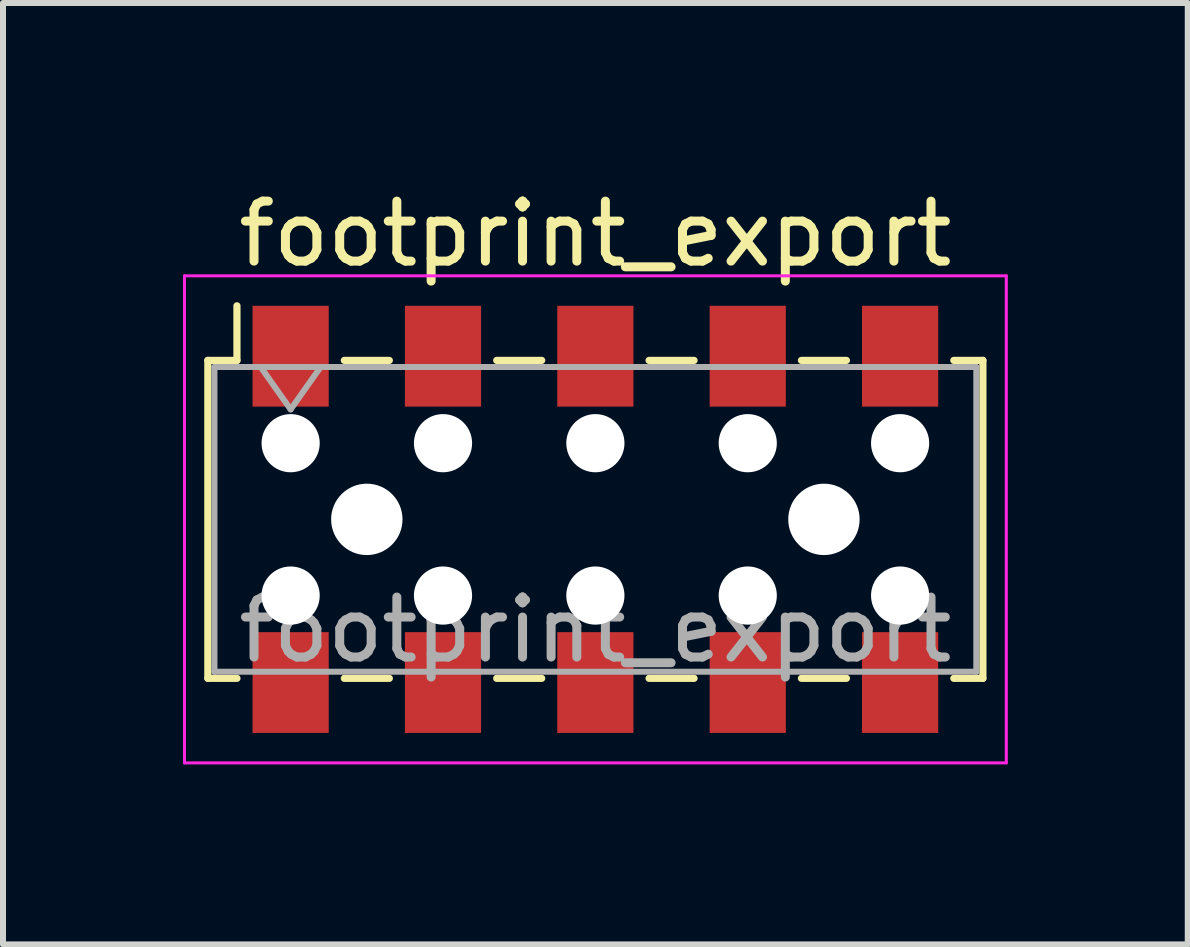
<source format=kicad_pcb>
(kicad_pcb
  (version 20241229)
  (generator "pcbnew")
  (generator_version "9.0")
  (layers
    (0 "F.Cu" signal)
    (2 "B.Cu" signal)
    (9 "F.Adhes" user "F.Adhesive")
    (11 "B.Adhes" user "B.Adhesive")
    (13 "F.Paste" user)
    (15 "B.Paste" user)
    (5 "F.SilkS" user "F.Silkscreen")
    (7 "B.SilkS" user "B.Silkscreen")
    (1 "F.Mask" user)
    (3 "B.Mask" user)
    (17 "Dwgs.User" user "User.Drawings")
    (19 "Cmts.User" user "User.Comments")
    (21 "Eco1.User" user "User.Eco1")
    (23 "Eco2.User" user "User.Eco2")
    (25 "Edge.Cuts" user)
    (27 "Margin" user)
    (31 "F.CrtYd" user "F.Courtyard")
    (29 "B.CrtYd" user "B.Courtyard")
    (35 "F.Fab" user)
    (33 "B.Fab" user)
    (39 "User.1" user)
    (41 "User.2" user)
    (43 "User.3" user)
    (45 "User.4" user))
  (footprint "footprint_export"
    (layer "F.Cu")
    (at 6.875 5.608)
    (property "Reference" "footprint_export" (at 0 -4.76 0) (layer "F.SilkS") (effects (font (size 1 1) (thickness 0.15))))
    (attr smd)
    (fp_line (start -6.46 -2.65) (end -6.46 2.65) (stroke (width 0.12) (type solid)) (layer "F.SilkS"))
    (fp_line (start -6.46 2.65) (end -5.975 2.65) (stroke (width 0.12) (type solid)) (layer "F.SilkS"))
    (fp_line (start -5.975 -3.56) (end -5.975 -2.65) (stroke (width 0.12) (type solid)) (layer "F.SilkS"))
    (fp_line (start -5.975 -2.65) (end -6.46 -2.65) (stroke (width 0.12) (type solid)) (layer "F.SilkS"))
    (fp_line (start -4.185 -2.65) (end -3.435 -2.65) (stroke (width 0.12) (type solid)) (layer "F.SilkS"))
    (fp_line (start -4.185 2.65) (end -3.435 2.65) (stroke (width 0.12) (type solid)) (layer "F.SilkS"))
    (fp_line (start -1.645 -2.65) (end -0.895 -2.65) (stroke (width 0.12) (type solid)) (layer "F.SilkS"))
    (fp_line (start -1.645 2.65) (end -0.895 2.65) (stroke (width 0.12) (type solid)) (layer "F.SilkS"))
    (fp_line (start 0.895 -2.65) (end 1.645 -2.65) (stroke (width 0.12) (type solid)) (layer "F.SilkS"))
    (fp_line (start 0.895 2.65) (end 1.645 2.65) (stroke (width 0.12) (type solid)) (layer "F.SilkS"))
    (fp_line (start 3.435 -2.65) (end 4.185 -2.65) (stroke (width 0.12) (type solid)) (layer "F.SilkS"))
    (fp_line (start 3.435 2.65) (end 4.185 2.65) (stroke (width 0.12) (type solid)) (layer "F.SilkS"))
    (fp_line (start 5.975 -2.65) (end 6.46 -2.65) (stroke (width 0.12) (type solid)) (layer "F.SilkS"))
    (fp_line (start 6.46 -2.65) (end 6.46 2.65) (stroke (width 0.12) (type solid)) (layer "F.SilkS"))
    (fp_line (start 6.46 2.65) (end 5.975 2.65) (stroke (width 0.12) (type solid)) (layer "F.SilkS"))
    (fp_line (start -6.85 -4.06) (end 6.85 -4.06) (stroke (width 0.05) (type solid)) (layer "F.CrtYd"))
    (fp_line (start -6.85 4.06) (end -6.85 -4.06) (stroke (width 0.05) (type solid)) (layer "F.CrtYd"))
    (fp_line (start 6.85 -4.06) (end 6.85 4.06) (stroke (width 0.05) (type solid)) (layer "F.CrtYd"))
    (fp_line (start 6.85 4.06) (end -6.85 4.06) (stroke (width 0.05) (type solid)) (layer "F.CrtYd"))
    (fp_line (start -6.35 -2.54) (end 6.35 -2.54) (stroke (width 0.1) (type solid)) (layer "F.Fab"))
    (fp_line (start -6.35 2.54) (end -6.35 -2.54) (stroke (width 0.1) (type solid)) (layer "F.Fab"))
    (fp_line (start -5.58 -2.54) (end -5.08 -1.833) (stroke (width 0.1) (type solid)) (layer "F.Fab"))
    (fp_line (start -5.08 -1.833) (end -4.58 -2.54) (stroke (width 0.1) (type solid)) (layer "F.Fab"))
    (fp_line (start 6.35 -2.54) (end 6.35 2.54) (stroke (width 0.1) (type solid)) (layer "F.Fab"))
    (fp_line (start 6.35 2.54) (end -6.35 2.54) (stroke (width 0.1) (type solid)) (layer "F.Fab"))
    (fp_text user "${REFERENCE}" (at 0 1.84 0) (layer "F.Fab") (effects (font (size 1 1) (thickness 0.15))))
    (pad "" np_thru_hole circle (at -5.08 -1.27) (size 0.97 0.97) (drill 0.97) (layers "*.Cu" "*.Mask"))
    (pad "" np_thru_hole circle (at -5.08 1.27) (size 0.97 0.97) (drill 0.97) (layers "*.Cu" "*.Mask"))
    (pad "" np_thru_hole circle (at -3.81 0) (size 1.19 1.19) (drill 1.19) (layers "*.Cu" "*.Mask"))
    (pad "" np_thru_hole circle (at -2.54 -1.27) (size 0.97 0.97) (drill 0.97) (layers "*.Cu" "*.Mask"))
    (pad "" np_thru_hole circle (at -2.54 1.27) (size 0.97 0.97) (drill 0.97) (layers "*.Cu" "*.Mask"))
    (pad "" np_thru_hole circle (at 0 -1.27) (size 0.97 0.97) (drill 0.97) (layers "*.Cu" "*.Mask"))
    (pad "" np_thru_hole circle (at 0 1.27) (size 0.97 0.97) (drill 0.97) (layers "*.Cu" "*.Mask"))
    (pad "" np_thru_hole circle (at 2.54 -1.27) (size 0.97 0.97) (drill 0.97) (layers "*.Cu" "*.Mask"))
    (pad "" np_thru_hole circle (at 2.54 1.27) (size 0.97 0.97) (drill 0.97) (layers "*.Cu" "*.Mask"))
    (pad "" np_thru_hole circle (at 3.81 0) (size 1.19 1.19) (drill 1.19) (layers "*.Cu" "*.Mask"))
    (pad "" np_thru_hole circle (at 5.08 -1.27) (size 0.97 0.97) (drill 0.97) (layers "*.Cu" "*.Mask"))
    (pad "" np_thru_hole circle (at 5.08 1.27) (size 0.97 0.97) (drill 0.97) (layers "*.Cu" "*.Mask"))
    (pad "1" smd rect (at -5.08 -2.72) (size 1.27 1.68) (layers "F.Cu" "F.Mask" "F.Paste"))
    (pad "2" smd rect (at -5.08 2.72) (size 1.27 1.68) (layers "F.Cu" "F.Mask" "F.Paste"))
    (pad "3" smd rect (at -2.54 -2.72) (size 1.27 1.68) (layers "F.Cu" "F.Mask" "F.Paste"))
    (pad "4" smd rect (at -2.54 2.72) (size 1.27 1.68) (layers "F.Cu" "F.Mask" "F.Paste"))
    (pad "5" smd rect (at 0 -2.72) (size 1.27 1.68) (layers "F.Cu" "F.Mask" "F.Paste"))
    (pad "6" smd rect (at 0 2.72) (size 1.27 1.68) (layers "F.Cu" "F.Mask" "F.Paste"))
    (pad "7" smd rect (at 2.54 -2.72) (size 1.27 1.68) (layers "F.Cu" "F.Mask" "F.Paste"))
    (pad "8" smd rect (at 2.54 2.72) (size 1.27 1.68) (layers "F.Cu" "F.Mask" "F.Paste"))
    (pad "9" smd rect (at 5.08 -2.72) (size 1.27 1.68) (layers "F.Cu" "F.Mask" "F.Paste"))
    (pad "10" smd rect (at 5.08 2.72) (size 1.27 1.68) (layers "F.Cu" "F.Mask" "F.Paste")))
  (gr_rect
    (start -3 -3)
    (end 16.75 12.693)
    (stroke (width 0.1) (type default))
    (fill no)
    (layer "Edge.Cuts")))
</source>
